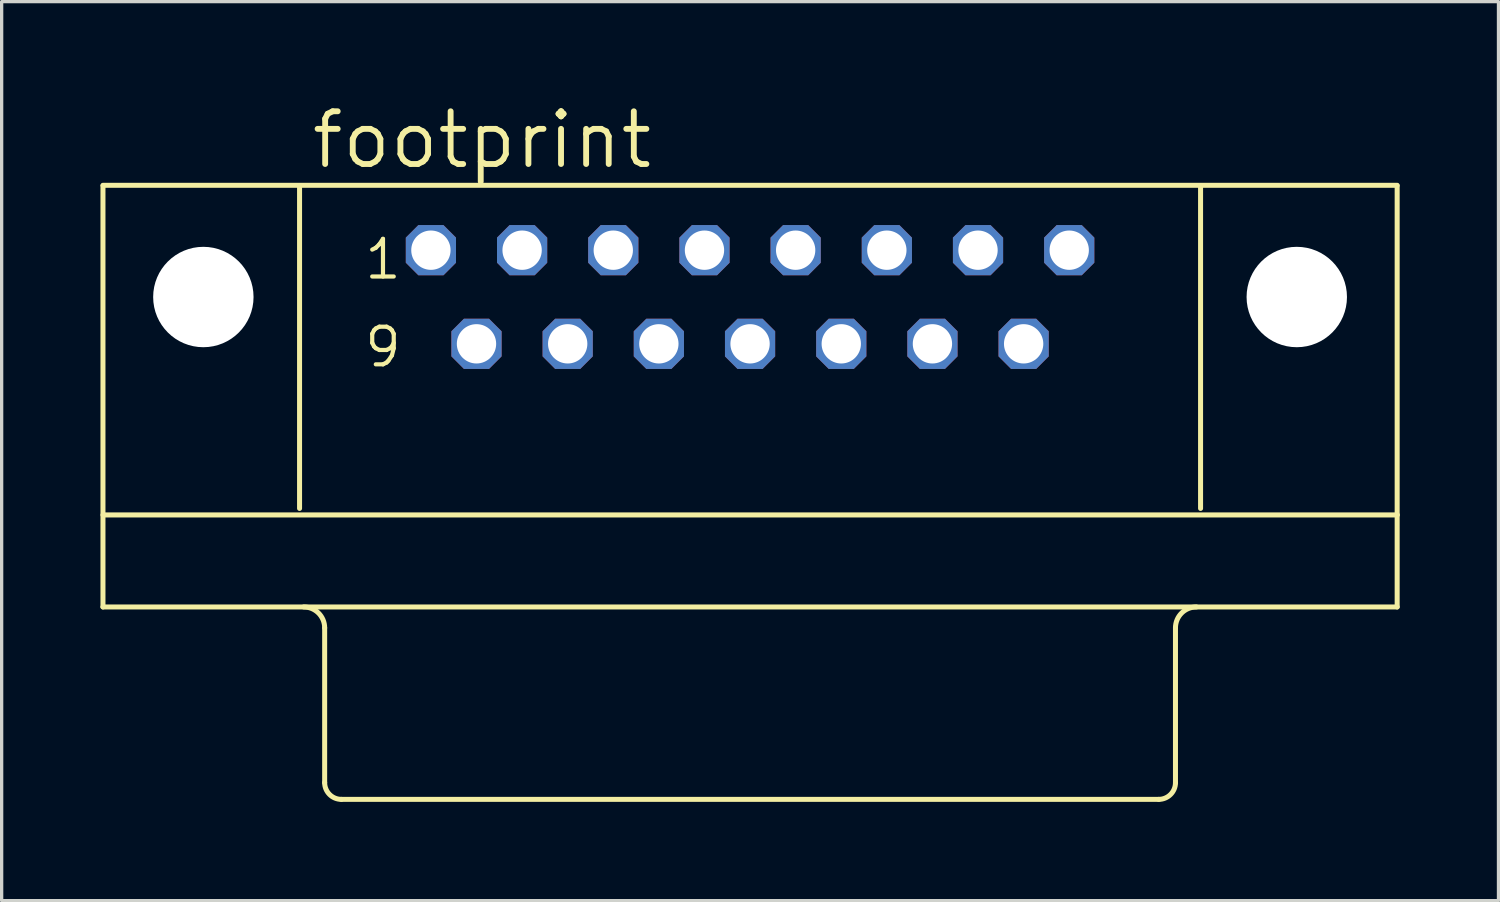
<source format=kicad_pcb>
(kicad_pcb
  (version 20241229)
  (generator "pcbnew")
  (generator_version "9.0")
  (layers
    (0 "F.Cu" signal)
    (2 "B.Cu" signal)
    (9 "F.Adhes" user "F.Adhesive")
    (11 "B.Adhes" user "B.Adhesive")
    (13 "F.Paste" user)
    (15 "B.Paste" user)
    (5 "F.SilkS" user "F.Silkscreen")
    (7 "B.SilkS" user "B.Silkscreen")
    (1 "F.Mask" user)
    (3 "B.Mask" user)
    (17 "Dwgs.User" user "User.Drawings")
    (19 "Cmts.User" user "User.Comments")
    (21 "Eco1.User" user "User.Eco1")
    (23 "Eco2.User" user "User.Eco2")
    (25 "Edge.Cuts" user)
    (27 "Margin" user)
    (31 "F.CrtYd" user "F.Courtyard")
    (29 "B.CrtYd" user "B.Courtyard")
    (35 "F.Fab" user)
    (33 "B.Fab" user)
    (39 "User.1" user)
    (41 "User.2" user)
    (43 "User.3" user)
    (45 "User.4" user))
  (footprint "footprint"
    (layer "F.Cu")
    (at 19.723 15.469)
    (property "Reference" "footprint" (at -13.399 -13.335 0) (layer "F.SilkS") (effects (font (size 1.6 1.6) (thickness 0.178)) (justify left bottom)))
    (fp_line (start -19.647 -12.875) (end -19.647 -0.091) (stroke (width 0.152) (type solid)) (layer "F.SilkS"))
    (fp_line (start -13.678 -12.875) (end -13.678 -3.082) (stroke (width 0.152) (type solid)) (layer "F.SilkS"))
    (fp_line (start -12.916 0.544) (end -12.916 5.243) (stroke (width 0.152) (type solid)) (layer "F.SilkS"))
    (fp_line (start 12.408 5.751) (end -12.408 5.751) (stroke (width 0.152) (type solid)) (layer "F.SilkS"))
    (fp_line (start 12.916 0.544) (end 12.916 5.243) (stroke (width 0.152) (type solid)) (layer "F.SilkS"))
    (fp_line (start 13.678 -3.082) (end 13.678 -12.875) (stroke (width 0.152) (type solid)) (layer "F.SilkS"))
    (fp_line (start 19.647 -12.893) (end -19.647 -12.893) (stroke (width 0.152) (type solid)) (layer "F.SilkS"))
    (fp_line (start 19.647 -12.875) (end 19.647 -2.885) (stroke (width 0.152) (type solid)) (layer "F.SilkS"))
    (fp_line (start 19.647 -2.885) (end -19.647 -2.885) (stroke (width 0.152) (type solid)) (layer "F.SilkS"))
    (fp_line (start 19.647 -2.885) (end 19.647 -0.091) (stroke (width 0.152) (type solid)) (layer "F.SilkS"))
    (fp_line (start 19.647 -0.091) (end -19.647 -0.091) (stroke (width 0.152) (type solid)) (layer "F.SilkS"))
    (fp_arc (start -13.5509 -0.091) (mid -13.101887 0.094987) (end -12.9159 0.544) (stroke (width 0.1524) (type solid)) (layer "F.SilkS"))
    (fp_arc (start -12.4079 5.751) (mid -12.76711 5.60221) (end -12.9159 5.243) (stroke (width 0.1524) (type solid)) (layer "F.SilkS"))
    (fp_arc (start 12.9159 0.544) (mid 13.101887 0.094987) (end 13.5509 -0.091) (stroke (width 0.1524) (type solid)) (layer "F.SilkS"))
    (fp_arc (start 12.9159 5.243) (mid 12.76711 5.60221) (end 12.4079 5.751) (stroke (width 0.1524) (type solid)) (layer "F.SilkS"))
    (fp_text user "9" (at -11.773 -7.311 0) (layer "F.SilkS") (effects (font (size 1.143 1.143) (thickness 0.127)) (justify left bottom)))
    (fp_text user "1" (at -11.773 -9.978 0) (layer "F.SilkS") (effects (font (size 1.143 1.143) (thickness 0.127)) (justify left bottom)))
    (pad "" np_thru_hole circle (at -16.599 -9.501) (size 3.048 3.048) (drill 3.048) (layers "*.Cu" "*.Mask"))
    (pad "" np_thru_hole circle (at 16.599 -9.501) (size 3.048 3.048) (drill 3.048) (layers "*.Cu" "*.Mask"))
    (pad "1" thru_hole roundrect (at -9.69 -10.923) (size 1.524 1.524) (drill 1.194) (layers "*.Cu" "*.Mask") (roundrect_rratio 0.25) (chamfer_ratio 0.25) (chamfer top_left top_right bottom_left bottom_right))
    (pad "2" thru_hole roundrect (at -6.921 -10.923) (size 1.524 1.524) (drill 1.194) (layers "*.Cu" "*.Mask") (roundrect_rratio 0.25) (chamfer_ratio 0.25) (chamfer top_left top_right bottom_left bottom_right))
    (pad "3" thru_hole roundrect (at -4.153 -10.923) (size 1.524 1.524) (drill 1.194) (layers "*.Cu" "*.Mask") (roundrect_rratio 0.25) (chamfer_ratio 0.25) (chamfer top_left top_right bottom_left bottom_right))
    (pad "4" thru_hole roundrect (at -1.384 -10.923) (size 1.524 1.524) (drill 1.194) (layers "*.Cu" "*.Mask") (roundrect_rratio 0.25) (chamfer_ratio 0.25) (chamfer top_left top_right bottom_left bottom_right))
    (pad "5" thru_hole roundrect (at 1.384 -10.923) (size 1.524 1.524) (drill 1.194) (layers "*.Cu" "*.Mask") (roundrect_rratio 0.25) (chamfer_ratio 0.25) (chamfer top_left top_right bottom_left bottom_right))
    (pad "6" thru_hole roundrect (at 4.153 -10.923) (size 1.524 1.524) (drill 1.194) (layers "*.Cu" "*.Mask") (roundrect_rratio 0.25) (chamfer_ratio 0.25) (chamfer top_left top_right bottom_left bottom_right))
    (pad "7" thru_hole roundrect (at 6.921 -10.923) (size 1.524 1.524) (drill 1.194) (layers "*.Cu" "*.Mask") (roundrect_rratio 0.25) (chamfer_ratio 0.25) (chamfer top_left top_right bottom_left bottom_right))
    (pad "8" thru_hole roundrect (at 9.69 -10.923) (size 1.524 1.524) (drill 1.194) (layers "*.Cu" "*.Mask") (roundrect_rratio 0.25) (chamfer_ratio 0.25) (chamfer top_left top_right bottom_left bottom_right))
    (pad "9" thru_hole roundrect (at -8.306 -8.08) (size 1.524 1.524) (drill 1.194) (layers "*.Cu" "*.Mask") (roundrect_rratio 0.25) (chamfer_ratio 0.25) (chamfer top_left top_right bottom_left bottom_right))
    (pad "10" thru_hole roundrect (at -5.537 -8.08) (size 1.524 1.524) (drill 1.194) (layers "*.Cu" "*.Mask") (roundrect_rratio 0.25) (chamfer_ratio 0.25) (chamfer top_left top_right bottom_left bottom_right))
    (pad "11" thru_hole roundrect (at -2.769 -8.08) (size 1.524 1.524) (drill 1.194) (layers "*.Cu" "*.Mask") (roundrect_rratio 0.25) (chamfer_ratio 0.25) (chamfer top_left top_right bottom_left bottom_right))
    (pad "12" thru_hole roundrect (at 0 -8.08) (size 1.524 1.524) (drill 1.194) (layers "*.Cu" "*.Mask") (roundrect_rratio 0.25) (chamfer_ratio 0.25) (chamfer top_left top_right bottom_left bottom_right))
    (pad "13" thru_hole roundrect (at 2.769 -8.08) (size 1.524 1.524) (drill 1.194) (layers "*.Cu" "*.Mask") (roundrect_rratio 0.25) (chamfer_ratio 0.25) (chamfer top_left top_right bottom_left bottom_right))
    (pad "14" thru_hole roundrect (at 5.537 -8.08) (size 1.524 1.524) (drill 1.194) (layers "*.Cu" "*.Mask") (roundrect_rratio 0.25) (chamfer_ratio 0.25) (chamfer top_left top_right bottom_left bottom_right))
    (pad "15" thru_hole roundrect (at 8.306 -8.08) (size 1.524 1.524) (drill 1.194) (layers "*.Cu" "*.Mask") (roundrect_rratio 0.25) (chamfer_ratio 0.25) (chamfer top_left top_right bottom_left bottom_right)))
  (gr_rect
    (start -3 -3)
    (end 42.446 24.296)
    (stroke (width 0.1) (type default))
    (fill no)
    (layer "Edge.Cuts")))
</source>
